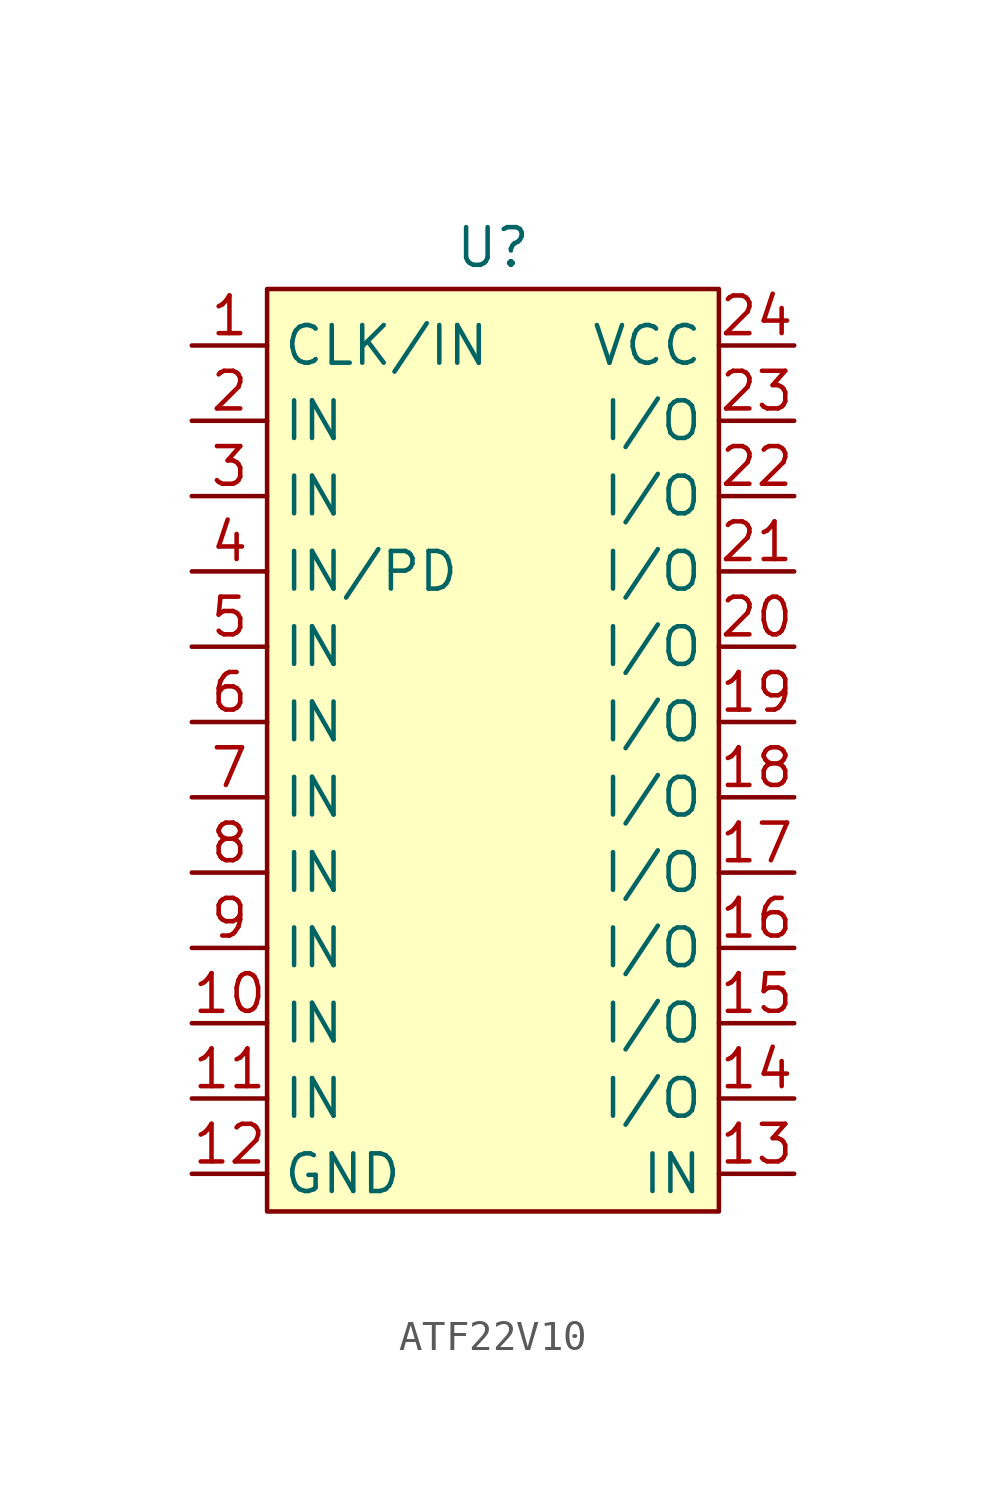
<source format=kicad_sym>
(kicad_symbol_lib
  (version 20231120)
  (generator "kicad_symbol_editor")
  (generator_version "8.0")
  (symbol "ATF22V10"
    (property "Reference" "U"
      (at 0 7.112 0)
      (effects (font (size 1.27 1.27))))
    (property "Value" ""
      (at 0 0 0)
      (effects (font (size 1.27 1.27))))
    (symbol "ATF22V10_1_1"
      (rectangle (start -7.62 5.715) (end 7.62 -25.4) (stroke (width 0) (type default)) (fill (type background)))
      (pin input line (at -10.16 3.81 0) (length 2.54) (name "CLK/IN" (effects (font (size 1.27 1.27)))) (number "1" (effects (font (size 1.27 1.27)))))
      (pin input line (at -10.16 -19.05 0) (length 2.54) (name "IN" (effects (font (size 1.27 1.27)))) (number "10" (effects (font (size 1.27 1.27)))))
      (pin input line (at -10.16 -21.59 0) (length 2.54) (name "IN" (effects (font (size 1.27 1.27)))) (number "11" (effects (font (size 1.27 1.27)))))
      (pin input line (at -10.16 -24.13 0) (length 2.54) (name "GND" (effects (font (size 1.27 1.27)))) (number "12" (effects (font (size 1.27 1.27)))))
      (pin input line (at 10.16 -24.13 180) (length 2.54) (name "IN" (effects (font (size 1.27 1.27)))) (number "13" (effects (font (size 1.27 1.27)))))
      (pin input line (at 10.16 -21.59 180) (length 2.54) (name "I/O" (effects (font (size 1.27 1.27)))) (number "14" (effects (font (size 1.27 1.27)))))
      (pin input line (at 10.16 -19.05 180) (length 2.54) (name "I/O" (effects (font (size 1.27 1.27)))) (number "15" (effects (font (size 1.27 1.27)))))
      (pin input line (at 10.16 -16.51 180) (length 2.54) (name "I/O" (effects (font (size 1.27 1.27)))) (number "16" (effects (font (size 1.27 1.27)))))
      (pin input line (at 10.16 -13.97 180) (length 2.54) (name "I/O" (effects (font (size 1.27 1.27)))) (number "17" (effects (font (size 1.27 1.27)))))
      (pin input line (at 10.16 -11.43 180) (length 2.54) (name "I/O" (effects (font (size 1.27 1.27)))) (number "18" (effects (font (size 1.27 1.27)))))
      (pin input line (at 10.16 -8.89 180) (length 2.54) (name "I/O" (effects (font (size 1.27 1.27)))) (number "19" (effects (font (size 1.27 1.27)))))
      (pin input line (at -10.16 1.27 0) (length 2.54) (name "IN" (effects (font (size 1.27 1.27)))) (number "2" (effects (font (size 1.27 1.27)))))
      (pin input line (at 10.16 -6.35 180) (length 2.54) (name "I/O" (effects (font (size 1.27 1.27)))) (number "20" (effects (font (size 1.27 1.27)))))
      (pin input line (at 10.16 -3.81 180) (length 2.54) (name "I/O" (effects (font (size 1.27 1.27)))) (number "21" (effects (font (size 1.27 1.27)))))
      (pin input line (at 10.16 -1.27 180) (length 2.54) (name "I/O" (effects (font (size 1.27 1.27)))) (number "22" (effects (font (size 1.27 1.27)))))
      (pin input line (at 10.16 1.27 180) (length 2.54) (name "I/O" (effects (font (size 1.27 1.27)))) (number "23" (effects (font (size 1.27 1.27)))))
      (pin input line (at 10.16 3.81 180) (length 2.54) (name "VCC" (effects (font (size 1.27 1.27)))) (number "24" (effects (font (size 1.27 1.27)))))
      (pin input line (at -10.16 -1.27 0) (length 2.54) (name "IN" (effects (font (size 1.27 1.27)))) (number "3" (effects (font (size 1.27 1.27)))))
      (pin input line (at -10.16 -3.81 0) (length 2.54) (name "IN/PD" (effects (font (size 1.27 1.27)))) (number "4" (effects (font (size 1.27 1.27)))))
      (pin input line (at -10.16 -6.35 0) (length 2.54) (name "IN" (effects (font (size 1.27 1.27)))) (number "5" (effects (font (size 1.27 1.27)))))
      (pin input line (at -10.16 -8.89 0) (length 2.54) (name "IN" (effects (font (size 1.27 1.27)))) (number "6" (effects (font (size 1.27 1.27)))))
      (pin input line (at -10.16 -11.43 0) (length 2.54) (name "IN" (effects (font (size 1.27 1.27)))) (number "7" (effects (font (size 1.27 1.27)))))
      (pin input line (at -10.16 -13.97 0) (length 2.54) (name "IN" (effects (font (size 1.27 1.27)))) (number "8" (effects (font (size 1.27 1.27)))))
      (pin input line (at -10.16 -16.51 0) (length 2.54) (name "IN" (effects (font (size 1.27 1.27)))) (number "9" (effects (font (size 1.27 1.27))))))))
</source>
